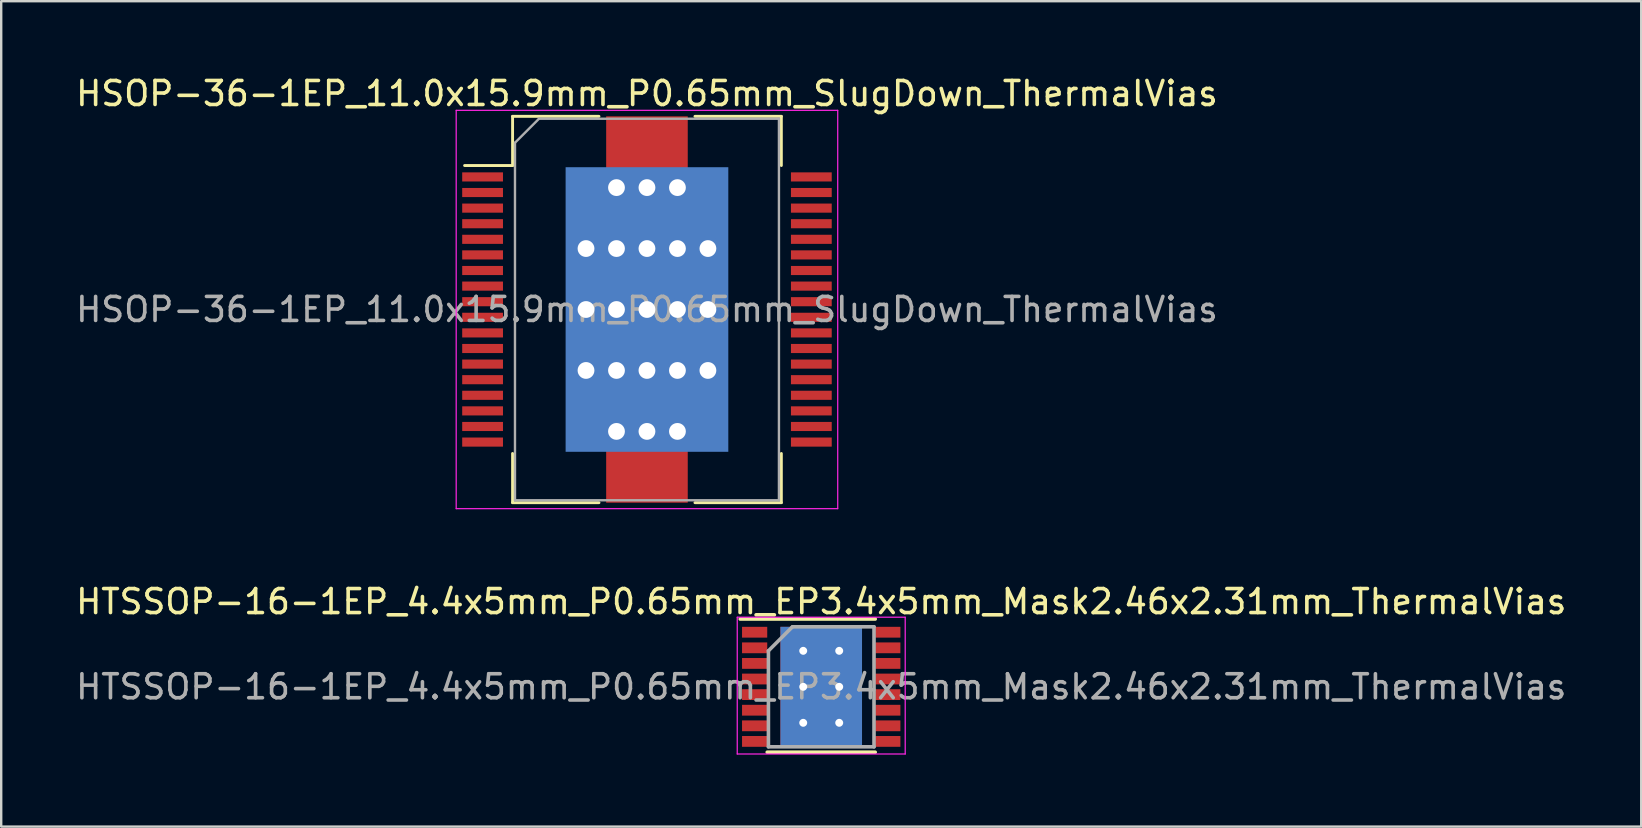
<source format=kicad_pcb>
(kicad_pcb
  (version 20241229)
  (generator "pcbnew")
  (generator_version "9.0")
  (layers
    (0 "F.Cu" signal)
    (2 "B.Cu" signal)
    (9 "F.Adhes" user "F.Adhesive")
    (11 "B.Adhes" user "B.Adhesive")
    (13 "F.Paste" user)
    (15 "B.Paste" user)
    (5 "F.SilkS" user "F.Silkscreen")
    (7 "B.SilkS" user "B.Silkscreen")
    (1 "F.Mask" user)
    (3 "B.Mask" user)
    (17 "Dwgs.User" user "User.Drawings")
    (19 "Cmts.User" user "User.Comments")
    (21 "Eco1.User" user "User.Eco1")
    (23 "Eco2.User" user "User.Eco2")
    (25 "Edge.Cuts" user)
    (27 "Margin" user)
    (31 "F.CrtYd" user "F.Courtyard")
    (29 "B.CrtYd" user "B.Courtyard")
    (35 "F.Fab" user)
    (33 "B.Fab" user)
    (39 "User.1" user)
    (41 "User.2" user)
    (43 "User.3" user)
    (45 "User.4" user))
  (footprint "HSOP-36-1EP_11.0x15.9mm_P0.65mm_SlugDown_ThermalVias"
    (layer "F.Cu")
    (at 23.911 9.848)
    (property "Reference" "HSOP-36-1EP_11.0x15.9mm_P0.65mm_SlugDown_ThermalVias" (at 0 -9 0) (layer "F.SilkS") (effects (font (size 1 1) (thickness 0.15))))
    (attr smd)
    (fp_line (start -5.6 -8.05) (end -5.6 -6) (stroke (width 0.12) (type solid)) (layer "F.SilkS"))
    (fp_line (start -5.6 -6) (end -7.6 -6) (stroke (width 0.12) (type solid)) (layer "F.SilkS"))
    (fp_line (start -5.6 8.05) (end -5.6 6) (stroke (width 0.12) (type solid)) (layer "F.SilkS"))
    (fp_line (start -2 -8.05) (end -5.6 -8.05) (stroke (width 0.12) (type solid)) (layer "F.SilkS"))
    (fp_line (start -2 8.05) (end -5.6 8.05) (stroke (width 0.12) (type solid)) (layer "F.SilkS"))
    (fp_line (start 5.6 -8.05) (end 2 -8.05) (stroke (width 0.12) (type solid)) (layer "F.SilkS"))
    (fp_line (start 5.6 -8.05) (end 5.6 -6) (stroke (width 0.12) (type solid)) (layer "F.SilkS"))
    (fp_line (start 5.6 8.05) (end 2 8.05) (stroke (width 0.12) (type solid)) (layer "F.SilkS"))
    (fp_line (start 5.6 8.05) (end 5.6 6) (stroke (width 0.12) (type solid)) (layer "F.SilkS"))
    (fp_line (start -7.95 -8.3) (end -7.95 8.3) (stroke (width 0.05) (type solid)) (layer "F.CrtYd"))
    (fp_line (start -7.95 -8.3) (end 7.95 -8.3) (stroke (width 0.05) (type solid)) (layer "F.CrtYd"))
    (fp_line (start 7.95 8.3) (end -7.95 8.3) (stroke (width 0.05) (type solid)) (layer "F.CrtYd"))
    (fp_line (start 7.95 8.3) (end 7.95 -8.3) (stroke (width 0.05) (type solid)) (layer "F.CrtYd"))
    (fp_line (start -5.5 -6.95) (end -5.5 7.95) (stroke (width 0.1) (type solid)) (layer "F.Fab"))
    (fp_line (start -5.5 7.95) (end 5.5 7.95) (stroke (width 0.1) (type solid)) (layer "F.Fab"))
    (fp_line (start -4.5 -7.95) (end -5.5 -6.95) (stroke (width 0.1) (type solid)) (layer "F.Fab"))
    (fp_line (start 5.5 -7.95) (end -4.5 -7.95) (stroke (width 0.1) (type solid)) (layer "F.Fab"))
    (fp_line (start 5.5 7.95) (end 5.5 -7.95) (stroke (width 0.1) (type solid)) (layer "F.Fab"))
    (fp_text user "${REFERENCE}" (at 0 0 0) (layer "F.Fab") (effects (font (size 1 1) (thickness 0.15))))
    (pad "1" smd rect (at -6.85 -5.525) (size 1.7 0.38) (layers "F.Cu" "F.Mask" "F.Paste"))
    (pad "2" smd rect (at -6.85 -4.875) (size 1.7 0.38) (layers "F.Cu" "F.Mask" "F.Paste"))
    (pad "3" smd rect (at -6.85 -4.225) (size 1.7 0.38) (layers "F.Cu" "F.Mask" "F.Paste"))
    (pad "4" smd rect (at -6.85 -3.575) (size 1.7 0.38) (layers "F.Cu" "F.Mask" "F.Paste"))
    (pad "5" smd rect (at -6.85 -2.925) (size 1.7 0.38) (layers "F.Cu" "F.Mask" "F.Paste"))
    (pad "6" smd rect (at -6.85 -2.275) (size 1.7 0.38) (layers "F.Cu" "F.Mask" "F.Paste"))
    (pad "7" smd rect (at -6.85 -1.625) (size 1.7 0.38) (layers "F.Cu" "F.Mask" "F.Paste"))
    (pad "8" smd rect (at -6.85 -0.975) (size 1.7 0.38) (layers "F.Cu" "F.Mask" "F.Paste"))
    (pad "9" smd rect (at -6.85 -0.325) (size 1.7 0.38) (layers "F.Cu" "F.Mask" "F.Paste"))
    (pad "10" smd rect (at -6.85 0.325) (size 1.7 0.38) (layers "F.Cu" "F.Mask" "F.Paste"))
    (pad "11" smd rect (at -6.85 0.975) (size 1.7 0.38) (layers "F.Cu" "F.Mask" "F.Paste"))
    (pad "12" smd rect (at -6.85 1.625) (size 1.7 0.38) (layers "F.Cu" "F.Mask" "F.Paste"))
    (pad "13" smd rect (at -6.85 2.275) (size 1.7 0.38) (layers "F.Cu" "F.Mask" "F.Paste"))
    (pad "14" smd rect (at -6.85 2.925) (size 1.7 0.38) (layers "F.Cu" "F.Mask" "F.Paste"))
    (pad "15" smd rect (at -6.85 3.575) (size 1.7 0.38) (layers "F.Cu" "F.Mask" "F.Paste"))
    (pad "16" smd rect (at -6.85 4.225) (size 1.7 0.38) (layers "F.Cu" "F.Mask" "F.Paste"))
    (pad "17" smd rect (at -6.85 4.875) (size 1.7 0.38) (layers "F.Cu" "F.Mask" "F.Paste"))
    (pad "18" smd rect (at -6.85 5.525) (size 1.7 0.38) (layers "F.Cu" "F.Mask" "F.Paste"))
    (pad "19" smd rect (at 6.85 5.525) (size 1.7 0.38) (layers "F.Cu" "F.Mask" "F.Paste"))
    (pad "20" smd rect (at 6.85 4.875) (size 1.7 0.38) (layers "F.Cu" "F.Mask" "F.Paste"))
    (pad "21" smd rect (at 6.85 4.225) (size 1.7 0.38) (layers "F.Cu" "F.Mask" "F.Paste"))
    (pad "22" smd rect (at 6.85 3.575) (size 1.7 0.38) (layers "F.Cu" "F.Mask" "F.Paste"))
    (pad "23" smd rect (at 6.85 2.925) (size 1.7 0.38) (layers "F.Cu" "F.Mask" "F.Paste"))
    (pad "24" smd rect (at 6.85 2.275) (size 1.7 0.38) (layers "F.Cu" "F.Mask" "F.Paste"))
    (pad "25" smd rect (at 6.85 1.625) (size 1.7 0.38) (layers "F.Cu" "F.Mask" "F.Paste"))
    (pad "26" smd rect (at 6.85 0.975) (size 1.7 0.38) (layers "F.Cu" "F.Mask" "F.Paste"))
    (pad "27" smd rect (at 6.85 0.325) (size 1.7 0.38) (layers "F.Cu" "F.Mask" "F.Paste"))
    (pad "28" smd rect (at 6.85 -0.325) (size 1.7 0.38) (layers "F.Cu" "F.Mask" "F.Paste"))
    (pad "29" smd rect (at 6.85 -0.975) (size 1.7 0.38) (layers "F.Cu" "F.Mask" "F.Paste"))
    (pad "30" smd rect (at 6.85 -1.625) (size 1.7 0.38) (layers "F.Cu" "F.Mask" "F.Paste"))
    (pad "31" smd rect (at 6.85 -2.275) (size 1.7 0.38) (layers "F.Cu" "F.Mask" "F.Paste"))
    (pad "32" smd rect (at 6.85 -2.925) (size 1.7 0.38) (layers "F.Cu" "F.Mask" "F.Paste"))
    (pad "33" smd rect (at 6.85 -3.575) (size 1.7 0.38) (layers "F.Cu" "F.Mask" "F.Paste"))
    (pad "34" smd rect (at 6.85 -4.225) (size 1.7 0.38) (layers "F.Cu" "F.Mask" "F.Paste"))
    (pad "35" smd rect (at 6.85 -4.875) (size 1.7 0.38) (layers "F.Cu" "F.Mask" "F.Paste"))
    (pad "36" smd rect (at 6.85 -5.525) (size 1.7 0.38) (layers "F.Cu" "F.Mask" "F.Paste"))
    (pad "37" thru_hole circle (at -2.54 -2.54) (size 1 1) (drill 0.7) (layers "*.Cu" "*.Mask"))
    (pad "37" thru_hole circle (at -2.54 0) (size 1 1) (drill 0.7) (layers "*.Cu" "*.Mask"))
    (pad "37" thru_hole circle (at -2.54 2.54) (size 1 1) (drill 0.7) (layers "*.Cu" "*.Mask"))
    (pad "37" thru_hole circle (at -1.27 -5.08) (size 1 1) (drill 0.7) (layers "*.Cu" "*.Mask"))
    (pad "37" thru_hole circle (at -1.27 -2.54) (size 1 1) (drill 0.7) (layers "*.Cu" "*.Mask"))
    (pad "37" thru_hole circle (at -1.27 0) (size 1 1) (drill 0.7) (layers "*.Cu" "*.Mask"))
    (pad "37" thru_hole circle (at -1.27 2.54) (size 1 1) (drill 0.7) (layers "*.Cu" "*.Mask"))
    (pad "37" thru_hole circle (at -1.27 5.08) (size 1 1) (drill 0.7) (layers "*.Cu" "*.Mask"))
    (pad "37" smd rect (at 0 -6.843) (size 3.4 2.415) (layers "F.Cu" "F.Mask" "F.Paste"))
    (pad "37" thru_hole circle (at 0 -5.08) (size 1 1) (drill 0.7) (layers "*.Cu" "*.Mask"))
    (pad "37" thru_hole circle (at 0 -2.54) (size 1 1) (drill 0.7) (layers "*.Cu" "*.Mask"))
    (pad "37" thru_hole circle (at 0 0) (size 1 1) (drill 0.7) (layers "*.Cu" "*.Mask"))
    (pad "37" smd rect (at 0 0) (size 6.4 11.27) (layers "F.Cu" "F.Mask" "F.Paste"))
    (pad "37" smd rect (at 0 0) (size 6.78 11.86) (layers "B.Cu" "B.Mask"))
    (pad "37" thru_hole circle (at 0 2.54) (size 1 1) (drill 0.7) (layers "*.Cu" "*.Mask"))
    (pad "37" thru_hole circle (at 0 5.08) (size 1 1) (drill 0.7) (layers "*.Cu" "*.Mask"))
    (pad "37" smd rect (at 0 6.843) (size 3.4 2.415) (layers "F.Cu" "F.Mask" "F.Paste"))
    (pad "37" thru_hole circle (at 1.27 -5.08) (size 1 1) (drill 0.7) (layers "*.Cu" "*.Mask"))
    (pad "37" thru_hole circle (at 1.27 -2.54) (size 1 1) (drill 0.7) (layers "*.Cu" "*.Mask"))
    (pad "37" thru_hole circle (at 1.27 0) (size 1 1) (drill 0.7) (layers "*.Cu" "*.Mask"))
    (pad "37" thru_hole circle (at 1.27 2.54) (size 1 1) (drill 0.7) (layers "*.Cu" "*.Mask"))
    (pad "37" thru_hole circle (at 1.27 5.08) (size 1 1) (drill 0.7) (layers "*.Cu" "*.Mask"))
    (pad "37" thru_hole circle (at 2.54 -2.54) (size 1 1) (drill 0.7) (layers "*.Cu" "*.Mask"))
    (pad "37" thru_hole circle (at 2.54 0) (size 1 1) (drill 0.7) (layers "*.Cu" "*.Mask"))
    (pad "37" thru_hole circle (at 2.54 2.54) (size 1 1) (drill 0.7) (layers "*.Cu" "*.Mask")))
  (footprint "HTSSOP-16-1EP_4.4x5mm_P0.65mm_EP3.4x5mm_Mask2.46x2.31mm_ThermalVias"
    (layer "F.Cu")
    (at 31.173 25.572)
    (property "Reference" "HTSSOP-16-1EP_4.4x5mm_P0.65mm_EP3.4x5mm_Mask2.46x2.31mm_ThermalVias" (at 0 -3.55 0) (layer "F.SilkS") (effects (font (size 1 1) (thickness 0.15))))
    (attr smd)
    (fp_line (start -3.375 -2.825) (end 2.25 -2.825) (stroke (width 0.15) (type solid)) (layer "F.SilkS"))
    (fp_line (start -2.25 2.725) (end 2.25 2.725) (stroke (width 0.15) (type solid)) (layer "F.SilkS"))
    (fp_line (start -3.5 -2.9) (end -3.5 2.8) (stroke (width 0.05) (type solid)) (layer "F.CrtYd"))
    (fp_line (start -3.5 -2.9) (end 3.5 -2.9) (stroke (width 0.05) (type solid)) (layer "F.CrtYd"))
    (fp_line (start -3.5 2.8) (end 3.5 2.8) (stroke (width 0.05) (type solid)) (layer "F.CrtYd"))
    (fp_line (start 3.5 -2.9) (end 3.5 2.8) (stroke (width 0.05) (type solid)) (layer "F.CrtYd"))
    (fp_line (start -2.2 -1.5) (end -1.2 -2.5) (stroke (width 0.15) (type solid)) (layer "F.Fab"))
    (fp_line (start -2.2 2.5) (end -2.2 -1.5) (stroke (width 0.15) (type solid)) (layer "F.Fab"))
    (fp_line (start -1.2 -2.5) (end 2.2 -2.5) (stroke (width 0.15) (type solid)) (layer "F.Fab"))
    (fp_line (start 2.2 -2.5) (end 2.2 2.5) (stroke (width 0.15) (type solid)) (layer "F.Fab"))
    (fp_line (start 2.2 2.5) (end -2.2 2.5) (stroke (width 0.15) (type solid)) (layer "F.Fab"))
    (fp_text user "${REFERENCE}" (at 0 0 0) (layer "F.Fab") (effects (font (size 1 1) (thickness 0.15))))
    (pad "" smd rect (at 0 -0.66) (size 2.3 0.8) (layers "F.Paste"))
    (pad "" smd rect (at 0 0) (size 2.46 2.31) (layers "F.Mask"))
    (pad "" smd rect (at 0 0.66) (size 2.3 0.8) (layers "F.Paste"))
    (pad "1" smd rect (at -2.775 -2.275) (size 1.05 0.45) (layers "F.Cu" "F.Mask" "F.Paste"))
    (pad "2" smd rect (at -2.775 -1.625) (size 1.05 0.45) (layers "F.Cu" "F.Mask" "F.Paste"))
    (pad "3" smd rect (at -2.775 -0.975) (size 1.05 0.45) (layers "F.Cu" "F.Mask" "F.Paste"))
    (pad "4" smd rect (at -2.775 -0.325) (size 1.05 0.45) (layers "F.Cu" "F.Mask" "F.Paste"))
    (pad "5" smd rect (at -2.775 0.325) (size 1.05 0.45) (layers "F.Cu" "F.Mask" "F.Paste"))
    (pad "6" smd rect (at -2.775 0.975) (size 1.05 0.45) (layers "F.Cu" "F.Mask" "F.Paste"))
    (pad "7" smd rect (at -2.775 1.625) (size 1.05 0.45) (layers "F.Cu" "F.Mask" "F.Paste"))
    (pad "8" smd rect (at -2.775 2.275) (size 1.05 0.45) (layers "F.Cu" "F.Mask" "F.Paste"))
    (pad "9" smd rect (at 2.775 2.275) (size 1.05 0.45) (layers "F.Cu" "F.Mask" "F.Paste"))
    (pad "10" smd rect (at 2.775 1.625) (size 1.05 0.45) (layers "F.Cu" "F.Mask" "F.Paste"))
    (pad "11" smd rect (at 2.775 0.975) (size 1.05 0.45) (layers "F.Cu" "F.Mask" "F.Paste"))
    (pad "12" smd rect (at 2.775 0.325) (size 1.05 0.45) (layers "F.Cu" "F.Mask" "F.Paste"))
    (pad "13" smd rect (at 2.775 -0.325) (size 1.05 0.45) (layers "F.Cu" "F.Mask" "F.Paste"))
    (pad "14" smd rect (at 2.775 -0.975) (size 1.05 0.45) (layers "F.Cu" "F.Mask" "F.Paste"))
    (pad "15" smd rect (at 2.775 -1.625) (size 1.05 0.45) (layers "F.Cu" "F.Mask" "F.Paste"))
    (pad "16" smd rect (at 2.775 -2.275) (size 1.05 0.45) (layers "F.Cu" "F.Mask" "F.Paste"))
    (pad "17" thru_hole circle (at -0.75 -1.5) (size 0.75 0.75) (drill 0.33) (layers "*.Cu"))
    (pad "17" thru_hole circle (at -0.75 0) (size 0.75 0.75) (drill 0.33) (layers "*.Cu"))
    (pad "17" thru_hole circle (at -0.75 1.5) (size 0.75 0.75) (drill 0.33) (layers "*.Cu"))
    (pad "17" smd rect (at 0 0) (size 3.4 5) (layers "F.Cu"))
    (pad "17" smd rect (at 0 0) (size 3.4 5) (layers "B.Cu"))
    (pad "17" thru_hole circle (at 0.75 -1.5) (size 0.75 0.75) (drill 0.33) (layers "*.Cu"))
    (pad "17" thru_hole circle (at 0.75 0) (size 0.75 0.75) (drill 0.33) (layers "*.Cu"))
    (pad "17" thru_hole circle (at 0.75 1.5) (size 0.75 0.75) (drill 0.33) (layers "*.Cu")))
  (gr_rect
    (start -3 -3)
    (end 65.345 31.396)
    (stroke (width 0.1) (type default))
    (fill no)
    (layer "Edge.Cuts")))
</source>
